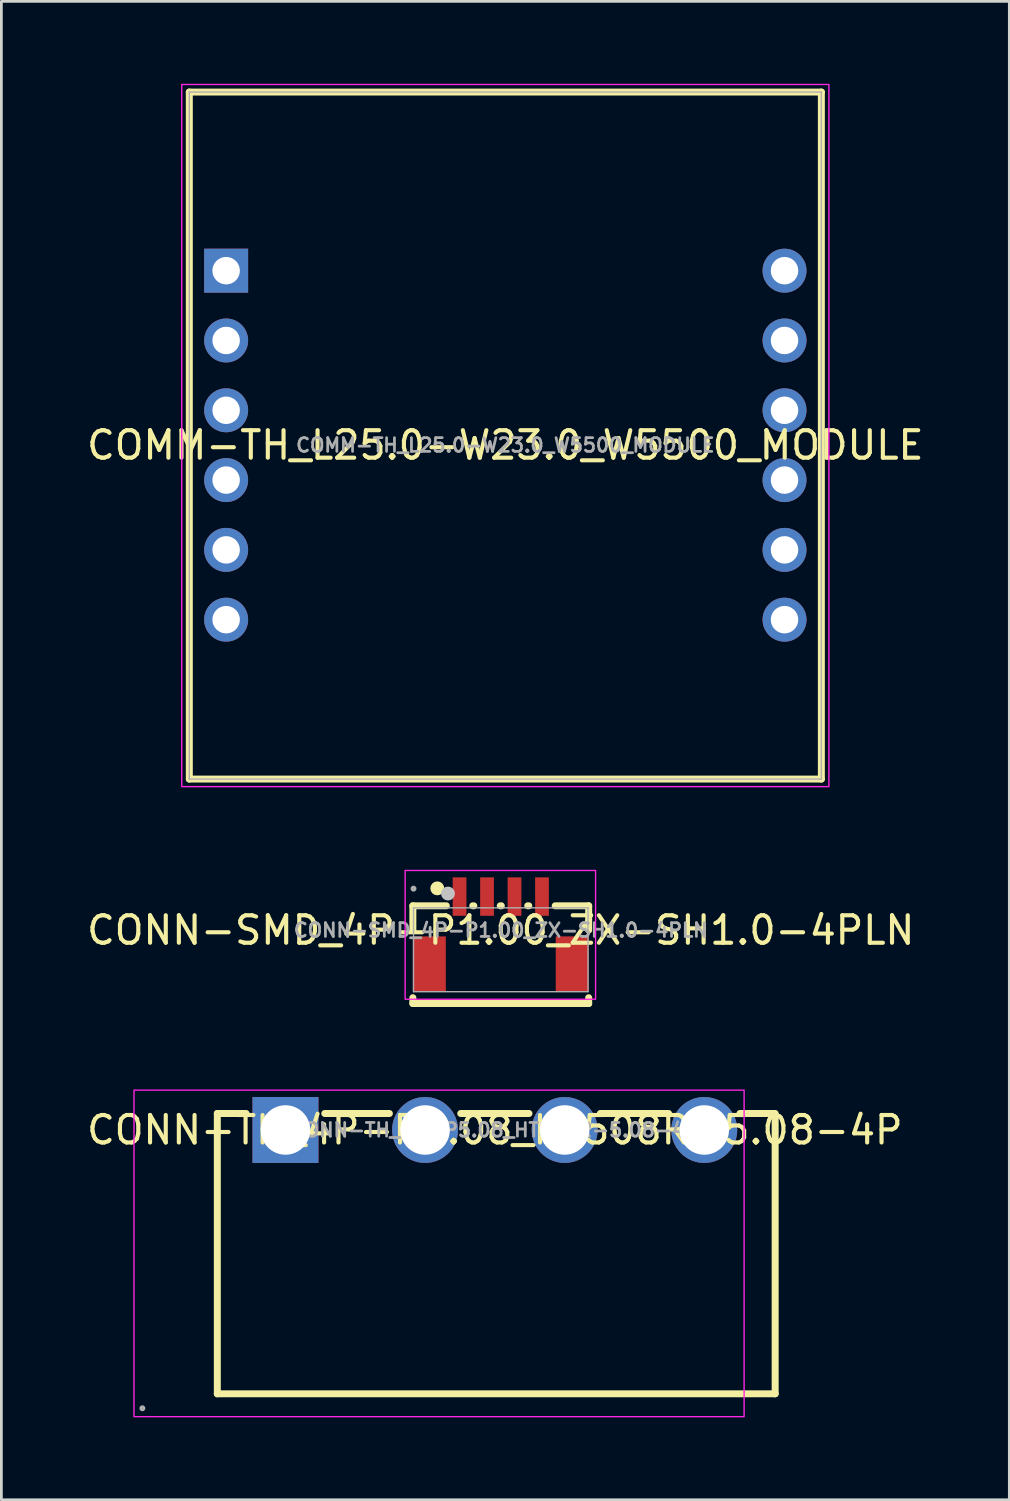
<source format=kicad_pcb>
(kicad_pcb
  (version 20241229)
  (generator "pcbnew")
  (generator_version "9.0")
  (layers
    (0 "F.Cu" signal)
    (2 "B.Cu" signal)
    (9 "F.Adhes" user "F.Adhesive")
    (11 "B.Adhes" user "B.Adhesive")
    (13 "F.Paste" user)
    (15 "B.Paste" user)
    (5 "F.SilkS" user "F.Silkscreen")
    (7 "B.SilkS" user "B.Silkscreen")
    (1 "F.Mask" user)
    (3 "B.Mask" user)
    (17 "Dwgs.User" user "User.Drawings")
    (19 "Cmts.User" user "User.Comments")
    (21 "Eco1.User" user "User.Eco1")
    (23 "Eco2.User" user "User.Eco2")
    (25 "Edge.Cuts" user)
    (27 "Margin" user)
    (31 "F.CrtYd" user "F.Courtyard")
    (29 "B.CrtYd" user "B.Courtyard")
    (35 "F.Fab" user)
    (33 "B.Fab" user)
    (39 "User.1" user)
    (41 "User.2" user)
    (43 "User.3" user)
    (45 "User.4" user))
  (footprint "CONN-SMD_4P-P1.00_ZX-SH1.0-4PLN"
    (layer "F.Cu")
    (at 15.173 30.801)
    (property "Reference" "CONN-SMD_4P-P1.00_ZX-SH1.0-4PLN" (at 0 0 0) (layer "F.SilkS") (effects (font (size 1 1) (thickness 0.15))))
    (fp_line (start -3.199 -0.889) (end -3.199 -0.006) (stroke (width 0.254) (type default)) (layer "F.SilkS"))
    (fp_line (start -3.199 -0.889) (end -1.981 -0.889) (stroke (width 0.254) (type default)) (layer "F.SilkS"))
    (fp_line (start -3.199 2.456) (end -3.199 2.667) (stroke (width 0.254) (type default)) (layer "F.SilkS"))
    (fp_line (start -3.199 2.667) (end 3.199 2.667) (stroke (width 0.254) (type default)) (layer "F.SilkS"))
    (fp_line (start -1.019 -0.889) (end -0.981 -0.889) (stroke (width 0.254) (type default)) (layer "F.SilkS"))
    (fp_line (start -0.019 -0.889) (end 0.019 -0.889) (stroke (width 0.254) (type default)) (layer "F.SilkS"))
    (fp_line (start 0.981 -0.889) (end 1.019 -0.889) (stroke (width 0.254) (type default)) (layer "F.SilkS"))
    (fp_line (start 1.981 -0.889) (end 3.199 -0.889) (stroke (width 0.254) (type default)) (layer "F.SilkS"))
    (fp_line (start 3.199 -0.889) (end 3.199 -0.006) (stroke (width 0.254) (type default)) (layer "F.SilkS"))
    (fp_line (start 3.199 2.456) (end 3.199 2.667) (stroke (width 0.254) (type default)) (layer "F.SilkS"))
    (fp_circle (center -2.31 -1.524) (end -2.183 -1.524) (stroke (width 0.254) (type default)) (fill no) (layer "F.SilkS"))
    (fp_circle (center -1.921 -1.335) (end -1.794 -1.335) (stroke (width 0.254) (type default)) (fill no) (layer "Dwgs.User"))
    (fp_rect (start -3.48 -2.175) (end 3.45 2.512) (stroke (width 0.05) (type default)) (fill no) (layer "F.CrtYd"))
    (fp_line (start -3.175 -0.814) (end 3.175 -0.814) (stroke (width 0.051) (type default)) (layer "F.Fab"))
    (fp_line (start -3.175 2.236) (end -3.175 -0.814) (stroke (width 0.051) (type default)) (layer "F.Fab"))
    (fp_line (start 3.175 -0.814) (end 3.175 2.236) (stroke (width 0.051) (type default)) (layer "F.Fab"))
    (fp_line (start 3.175 2.236) (end -3.175 2.236) (stroke (width 0.051) (type default)) (layer "F.Fab"))
    (fp_poly (pts (xy -3.12 -1.536) (xy -3.152 -1.569) (xy -3.198 -1.569) (xy -3.23 -1.536) (xy -3.23 -1.491) (xy -3.198 -1.458) (xy -3.152 -1.458) (xy -3.12 -1.491)) (stroke (width 0.1) (type default)) (fill no) (layer "F.Fab"))
    (fp_poly (pts (xy -2.7 0.975) (xy -2.5 0.975) (xy -2.5 1.475) (xy -2.7 1.475)) (stroke (width 0.1) (type default)) (fill no) (layer "User.1"))
    (fp_poly (pts (xy -1.6 -1.514) (xy -1.4 -1.514) (xy -1.4 -0.714) (xy -1.6 -0.714)) (stroke (width 0.1) (type default)) (fill no) (layer "User.1"))
    (fp_poly (pts (xy -0.6 -1.514) (xy -0.4 -1.514) (xy -0.4 -0.714) (xy -0.6 -0.714)) (stroke (width 0.1) (type default)) (fill no) (layer "User.1"))
    (fp_poly (pts (xy 0.4 -1.514) (xy 0.6 -1.514) (xy 0.6 -0.714) (xy 0.4 -0.714)) (stroke (width 0.1) (type default)) (fill no) (layer "User.1"))
    (fp_poly (pts (xy 1.4 -1.514) (xy 1.6 -1.514) (xy 1.6 -0.714) (xy 1.4 -0.714)) (stroke (width 0.1) (type default)) (fill no) (layer "User.1"))
    (fp_poly (pts (xy 2.5 0.975) (xy 2.7 0.975) (xy 2.7 1.475) (xy 2.5 1.475)) (stroke (width 0.1) (type default)) (fill no) (layer "User.1"))
    (fp_text user "${REFERENCE}" (at 0 0 0) (layer "F.Fab") (effects (font (size 0.5 0.5) (thickness 0.1))))
    (pad "1" smd rect (at -1.5 -1.225) (size 0.5 1.4) (layers "F.Cu" "F.Mask" "F.Paste"))
    (pad "2" smd rect (at -0.5 -1.225) (size 0.5 1.4) (layers "F.Cu" "F.Mask" "F.Paste"))
    (pad "3" smd rect (at 0.5 -1.225) (size 0.5 1.4) (layers "F.Cu" "F.Mask" "F.Paste"))
    (pad "4" smd rect (at 1.5 -1.225) (size 0.5 1.4) (layers "F.Cu" "F.Mask" "F.Paste"))
    (pad "5" smd rect (at 2.6 1.225) (size 1.2 2) (layers "F.Cu" "F.Mask" "F.Paste"))
    (pad "6" smd rect (at -2.6 1.225) (size 1.2 2) (layers "F.Cu" "F.Mask" "F.Paste")))
  (footprint "CONN-TH_4P-P5.08_HT508R-5.08-4P"
    (layer "F.Cu")
    (at 14.958 38.07)
    (property "Reference" "CONN-TH_4P-P5.08_HT508R-5.08-4P" (at 0 0 0) (layer "F.SilkS") (effects (font (size 1 1) (thickness 0.15))))
    (fp_line (start -10.1 -0.6) (end -10.1 9.6) (stroke (width 0.254) (type default)) (layer "F.SilkS"))
    (fp_line (start -10.1 -0.6) (end -9.051 -0.6) (stroke (width 0.254) (type default)) (layer "F.SilkS"))
    (fp_line (start -10.1 9.6) (end 10.2 9.6) (stroke (width 0.254) (type default)) (layer "F.SilkS"))
    (fp_line (start -6.189 -0.6) (end -3.839 -0.6) (stroke (width 0.254) (type default)) (layer "F.SilkS"))
    (fp_line (start -1.241 -0.6) (end 1.241 -0.6) (stroke (width 0.254) (type default)) (layer "F.SilkS"))
    (fp_line (start 3.839 -0.6) (end 6.321 -0.6) (stroke (width 0.254) (type default)) (layer "F.SilkS"))
    (fp_line (start 8.919 -0.6) (end 10.2 -0.6) (stroke (width 0.254) (type default)) (layer "F.SilkS"))
    (fp_line (start 10.2 9.6) (end 10.2 -0.5) (stroke (width 0.254) (type default)) (layer "F.SilkS"))
    (fp_rect (start -13.132 -1.45) (end 9.07 10.432) (stroke (width 0.05) (type default)) (fill no) (layer "F.CrtYd"))
    (fp_poly (pts (xy -12.772 10.104) (xy -12.804 10.072) (xy -12.85 10.072) (xy -12.882 10.104) (xy -12.882 10.15) (xy -12.85 10.182) (xy -12.804 10.182) (xy -12.772 10.15)) (stroke (width 0.1) (type default)) (fill no) (layer "F.Fab"))
    (fp_poly (pts (xy -6.824 -0.078) (xy -6.854 -0.232) (xy -6.914 -0.377) (xy -7.002 -0.508) (xy -7.112 -0.618) (xy -7.243 -0.706) (xy -7.388 -0.766) (xy -7.542 -0.796) (xy -7.698 -0.796) (xy -7.852 -0.766) (xy -7.997 -0.706) (xy -8.128 -0.618) (xy -8.238 -0.508) (xy -8.326 -0.377) (xy -8.386 -0.232) (xy -8.416 -0.078) (xy -8.416 0.078) (xy -8.386 0.232) (xy -8.326 0.377) (xy -8.238 0.508) (xy -8.128 0.618) (xy -7.997 0.706) (xy -7.852 0.766) (xy -7.698 0.796) (xy -7.542 0.796) (xy -7.388 0.766) (xy -7.243 0.706) (xy -7.112 0.618) (xy -7.002 0.508) (xy -6.914 0.377) (xy -6.854 0.232) (xy -6.824 0.078)) (stroke (width 0.1) (type default)) (fill no) (layer "User.1"))
    (fp_poly (pts (xy -1.744 -0.078) (xy -1.774 -0.232) (xy -1.834 -0.377) (xy -1.922 -0.508) (xy -2.032 -0.618) (xy -2.163 -0.706) (xy -2.308 -0.766) (xy -2.462 -0.796) (xy -2.618 -0.796) (xy -2.772 -0.766) (xy -2.917 -0.706) (xy -3.048 -0.618) (xy -3.158 -0.508) (xy -3.246 -0.377) (xy -3.306 -0.232) (xy -3.336 -0.078) (xy -3.336 0.078) (xy -3.306 0.232) (xy -3.246 0.377) (xy -3.158 0.508) (xy -3.048 0.618) (xy -2.917 0.706) (xy -2.772 0.766) (xy -2.618 0.796) (xy -2.462 0.796) (xy -2.308 0.766) (xy -2.163 0.706) (xy -2.032 0.618) (xy -1.922 0.508) (xy -1.834 0.377) (xy -1.774 0.232) (xy -1.744 0.078)) (stroke (width 0.1) (type default)) (fill no) (layer "User.1"))
    (fp_poly (pts (xy 3.336 -0.078) (xy 3.306 -0.232) (xy 3.246 -0.377) (xy 3.158 -0.508) (xy 3.048 -0.618) (xy 2.917 -0.706) (xy 2.772 -0.766) (xy 2.618 -0.796) (xy 2.462 -0.796) (xy 2.308 -0.766) (xy 2.163 -0.706) (xy 2.032 -0.618) (xy 1.922 -0.508) (xy 1.834 -0.377) (xy 1.774 -0.232) (xy 1.744 -0.078) (xy 1.744 0.078) (xy 1.774 0.232) (xy 1.834 0.377) (xy 1.922 0.508) (xy 2.032 0.618) (xy 2.163 0.706) (xy 2.308 0.766) (xy 2.462 0.796) (xy 2.618 0.796) (xy 2.772 0.766) (xy 2.917 0.706) (xy 3.048 0.618) (xy 3.158 0.508) (xy 3.246 0.377) (xy 3.306 0.232) (xy 3.336 0.078)) (stroke (width 0.1) (type default)) (fill no) (layer "User.1"))
    (fp_poly (pts (xy 8.416 -0.078) (xy 8.386 -0.232) (xy 8.326 -0.377) (xy 8.238 -0.508) (xy 8.128 -0.618) (xy 7.997 -0.706) (xy 7.852 -0.766) (xy 7.698 -0.796) (xy 7.542 -0.796) (xy 7.388 -0.766) (xy 7.243 -0.706) (xy 7.112 -0.618) (xy 7.002 -0.508) (xy 6.914 -0.377) (xy 6.854 -0.232) (xy 6.824 -0.078) (xy 6.824 0.078) (xy 6.854 0.232) (xy 6.914 0.377) (xy 7.002 0.508) (xy 7.112 0.618) (xy 7.243 0.706) (xy 7.388 0.766) (xy 7.542 0.796) (xy 7.698 0.796) (xy 7.852 0.766) (xy 7.997 0.706) (xy 8.128 0.618) (xy 8.238 0.508) (xy 8.326 0.377) (xy 8.386 0.232) (xy 8.416 0.078)) (stroke (width 0.1) (type default)) (fill no) (layer "User.1"))
    (fp_text user "${REFERENCE}" (at 0 0 0) (layer "F.Fab") (effects (font (size 0.5 0.5) (thickness 0.1))))
    (pad "1" thru_hole rect (at -7.62 0) (size 2.4 2.4) (drill 1.8) (layers "*.Cu" "*.Mask"))
    (pad "2" thru_hole circle (at -2.54 0) (size 2.4 2.4) (drill 1.8) (layers "*.Cu" "*.Mask"))
    (pad "3" thru_hole circle (at 2.54 0) (size 2.4 2.4) (drill 1.8) (layers "*.Cu" "*.Mask"))
    (pad "4" thru_hole circle (at 7.62 0) (size 2.4 2.4) (drill 1.8) (layers "*.Cu" "*.Mask")))
  (footprint "COMM-TH_L25.0-W23.0_W5500_MODULE"
    (layer "F.Cu")
    (at 15.339 13.15)
    (property "Reference" "COMM-TH_L25.0-W23.0_W5500_MODULE" (at 0 0 0) (layer "F.SilkS") (effects (font (size 1 1) (thickness 0.15))))
    (fp_line (start -11.5 -12.85) (end 11.5 -12.85) (stroke (width 0.254) (type default)) (layer "F.SilkS"))
    (fp_line (start -11.5 12.15) (end -11.5 -12.85) (stroke (width 0.254) (type default)) (layer "F.SilkS"))
    (fp_line (start 11.5 -12.85) (end 11.5 12.15) (stroke (width 0.254) (type default)) (layer "F.SilkS"))
    (fp_line (start 11.5 12.15) (end -11.5 12.15) (stroke (width 0.254) (type default)) (layer "F.SilkS"))
    (fp_rect (start -11.775 -13.126) (end 11.775 12.425) (stroke (width 0.05) (type default)) (fill no) (layer "F.CrtYd"))
    (fp_line (start -11.5 -12.85) (end 11.5 -12.85) (stroke (width 0.051) (type default)) (layer "F.Fab"))
    (fp_line (start -11.5 12.15) (end -11.5 -12.85) (stroke (width 0.051) (type default)) (layer "F.Fab"))
    (fp_line (start 11.5 -12.85) (end 11.5 12.15) (stroke (width 0.051) (type default)) (layer "F.Fab"))
    (fp_line (start 11.5 12.15) (end -11.5 12.15) (stroke (width 0.051) (type default)) (layer "F.Fab"))
    (fp_text user "${REFERENCE}" (at 0 0 0) (layer "F.Fab") (effects (font (size 0.5 0.5) (thickness 0.1))))
    (pad "1" thru_hole rect (at -10.16 -6.35) (size 1.6 1.6) (drill 1) (layers "*.Cu" "*.Mask"))
    (pad "2" thru_hole circle (at -10.16 -3.81) (size 1.6 1.6) (drill 1) (layers "*.Cu" "*.Mask"))
    (pad "3" thru_hole circle (at -10.16 -1.27) (size 1.6 1.6) (drill 1) (layers "*.Cu" "*.Mask"))
    (pad "4" thru_hole circle (at -10.16 1.27) (size 1.6 1.6) (drill 1) (layers "*.Cu" "*.Mask"))
    (pad "5" thru_hole circle (at -10.16 3.81) (size 1.6 1.6) (drill 1) (layers "*.Cu" "*.Mask"))
    (pad "6" thru_hole circle (at -10.16 6.35) (size 1.6 1.6) (drill 1) (layers "*.Cu" "*.Mask"))
    (pad "7" thru_hole circle (at 10.16 6.35) (size 1.6 1.6) (drill 1) (layers "*.Cu" "*.Mask"))
    (pad "8" thru_hole circle (at 10.16 3.81) (size 1.6 1.6) (drill 1) (layers "*.Cu" "*.Mask"))
    (pad "9" thru_hole circle (at 10.16 1.27) (size 1.6 1.6) (drill 1) (layers "*.Cu" "*.Mask"))
    (pad "10" thru_hole circle (at 10.16 -1.27) (size 1.6 1.6) (drill 1) (layers "*.Cu" "*.Mask"))
    (pad "11" thru_hole circle (at 10.16 -3.81) (size 1.6 1.6) (drill 1) (layers "*.Cu" "*.Mask"))
    (pad "12" thru_hole circle (at 10.16 -6.35) (size 1.6 1.6) (drill 1) (layers "*.Cu" "*.Mask")))
  (gr_rect
    (start -3 -3)
    (end 33.679 51.527)
    (stroke (width 0.1) (type default))
    (fill no)
    (layer "Edge.Cuts")))
</source>
